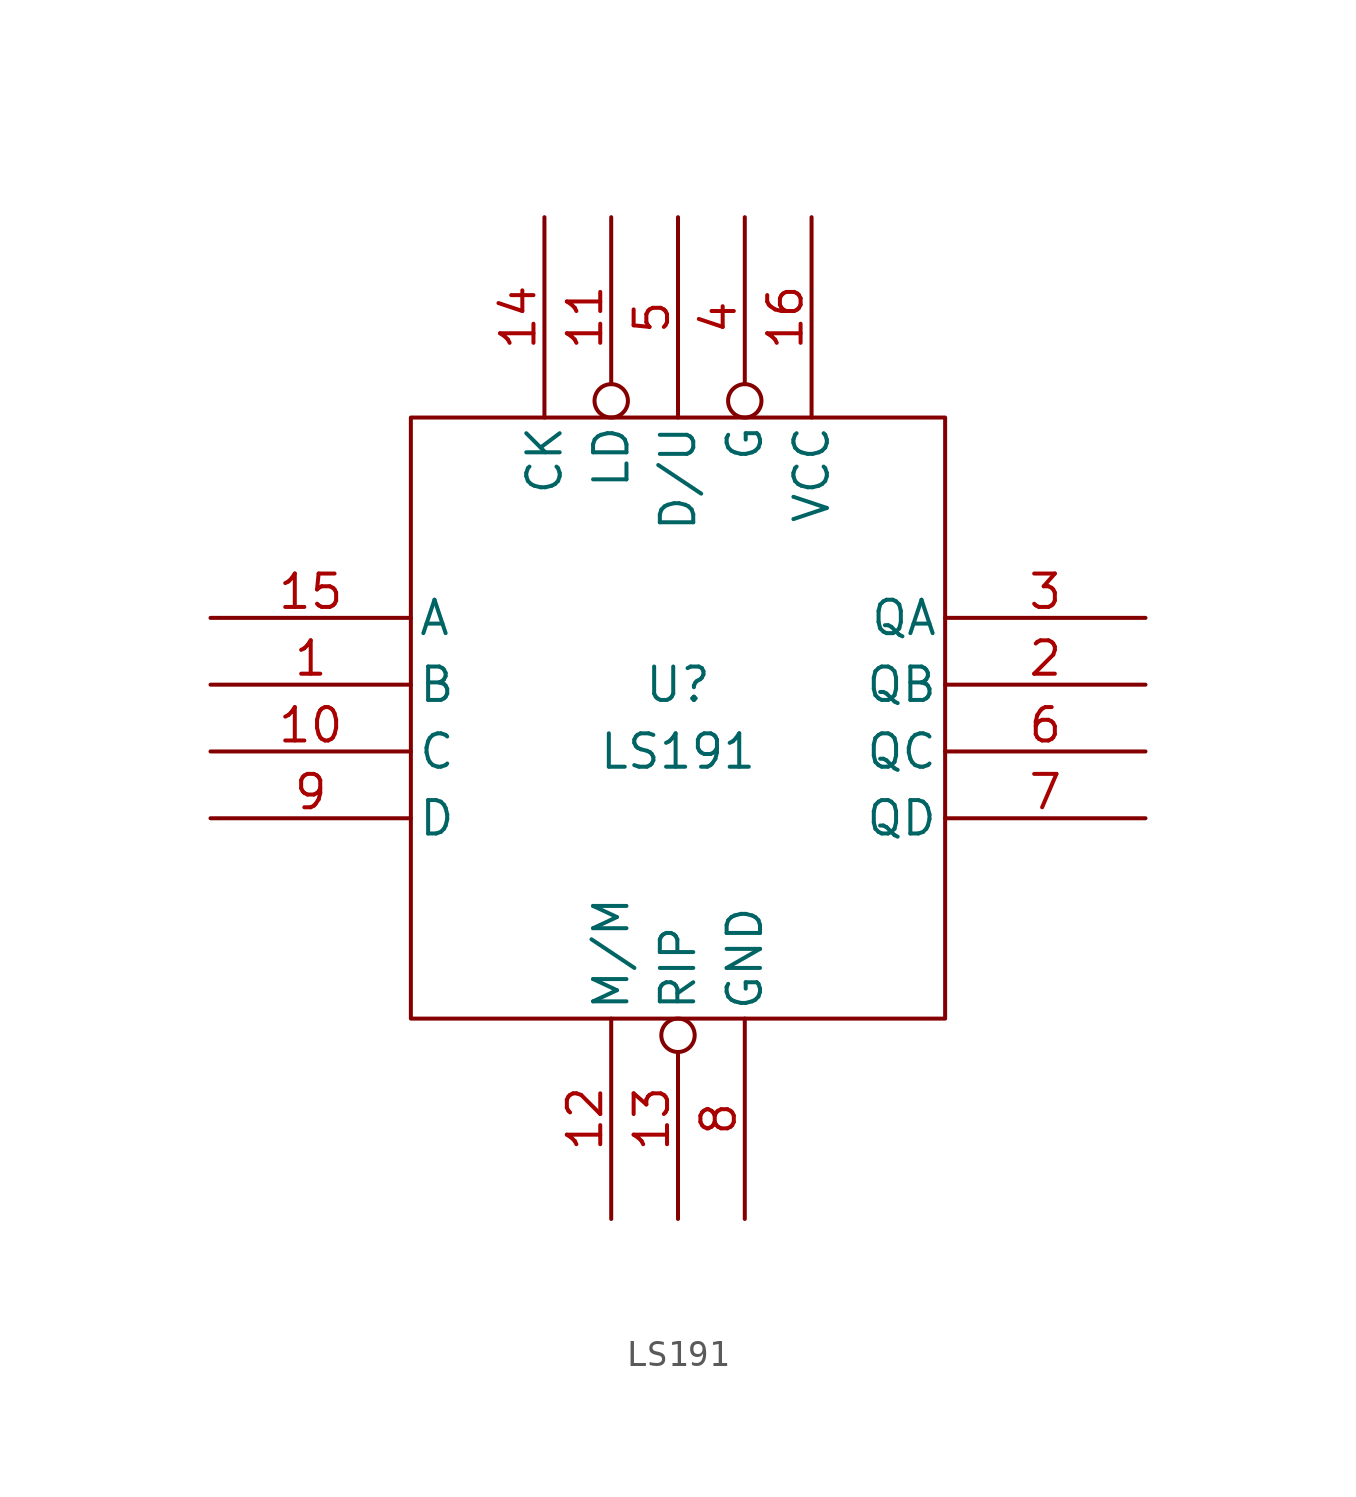
<source format=kicad_sym>
(kicad_symbol_lib
  (version 20211014)
  (generator kicad_symbol_editor)
  (symbol "LS191"
    (pin_names
      (offset 0.254))
    (property "Reference" "U"
      (at 0 1.27 0)
      (effects (font (size 1.27 1.27))))
    (property "Value" "LS191"
      (at 0 -1.27 0)
      (effects (font (size 1.27 1.27))))
    (symbol "LS191_0_0"
      (pin power_in line (at 5.08 19.05 270) (length 7.62) (name "VCC" (effects (font (size 1.27 1.27)))) (number "16" (effects (font (size 1.27 1.27)))))
      (pin power_in line (at 2.54 -19.05 90) (length 7.62) (name "GND" (effects (font (size 1.27 1.27)))) (number "8" (effects (font (size 1.27 1.27))))))
    (symbol "LS191_0_1"
      (rectangle (start -10.16 11.43) (end 10.16 -11.43) (stroke (width 0) (type default) (color 0 0 0 0)) (fill (type none))))
    (symbol "LS191_1_1"
      (pin input line (at -17.78 1.27 0) (length 7.62) (name "B" (effects (font (size 1.27 1.27)))) (number "1" (effects (font (size 1.27 1.27)))))
      (pin input line (at -17.78 -1.27 0) (length 7.62) (name "C" (effects (font (size 1.27 1.27)))) (number "10" (effects (font (size 1.27 1.27)))))
      (pin input inverted (at -2.54 19.05 270) (length 7.62) (name "LD" (effects (font (size 1.27 1.27)))) (number "11" (effects (font (size 1.27 1.27)))))
      (pin input line (at -2.54 -19.05 90) (length 7.62) (name "M/M" (effects (font (size 1.27 1.27)))) (number "12" (effects (font (size 1.27 1.27)))))
      (pin input inverted (at 0 -19.05 90) (length 7.62) (name "RIP" (effects (font (size 1.27 1.27)))) (number "13" (effects (font (size 1.27 1.27)))))
      (pin input line (at -5.08 19.05 270) (length 7.62) (name "CK" (effects (font (size 1.27 1.27)))) (number "14" (effects (font (size 1.27 1.27)))))
      (pin input line (at -17.78 3.81 0) (length 7.62) (name "A" (effects (font (size 1.27 1.27)))) (number "15" (effects (font (size 1.27 1.27)))))
      (pin output line (at 17.78 1.27 180) (length 7.62) (name "QB" (effects (font (size 1.27 1.27)))) (number "2" (effects (font (size 1.27 1.27)))))
      (pin output line (at 17.78 3.81 180) (length 7.62) (name "QA" (effects (font (size 1.27 1.27)))) (number "3" (effects (font (size 1.27 1.27)))))
      (pin input inverted (at 2.54 19.05 270) (length 7.62) (name "G" (effects (font (size 1.27 1.27)))) (number "4" (effects (font (size 1.27 1.27)))))
      (pin input line (at 0 19.05 270) (length 7.62) (name "D/U" (effects (font (size 1.27 1.27)))) (number "5" (effects (font (size 1.27 1.27)))))
      (pin output line (at 17.78 -1.27 180) (length 7.62) (name "QC" (effects (font (size 1.27 1.27)))) (number "6" (effects (font (size 1.27 1.27)))))
      (pin output line (at 17.78 -3.81 180) (length 7.62) (name "QD" (effects (font (size 1.27 1.27)))) (number "7" (effects (font (size 1.27 1.27)))))
      (pin input line (at -17.78 -3.81 0) (length 7.62) (name "D" (effects (font (size 1.27 1.27)))) (number "9" (effects (font (size 1.27 1.27))))))))
</source>
